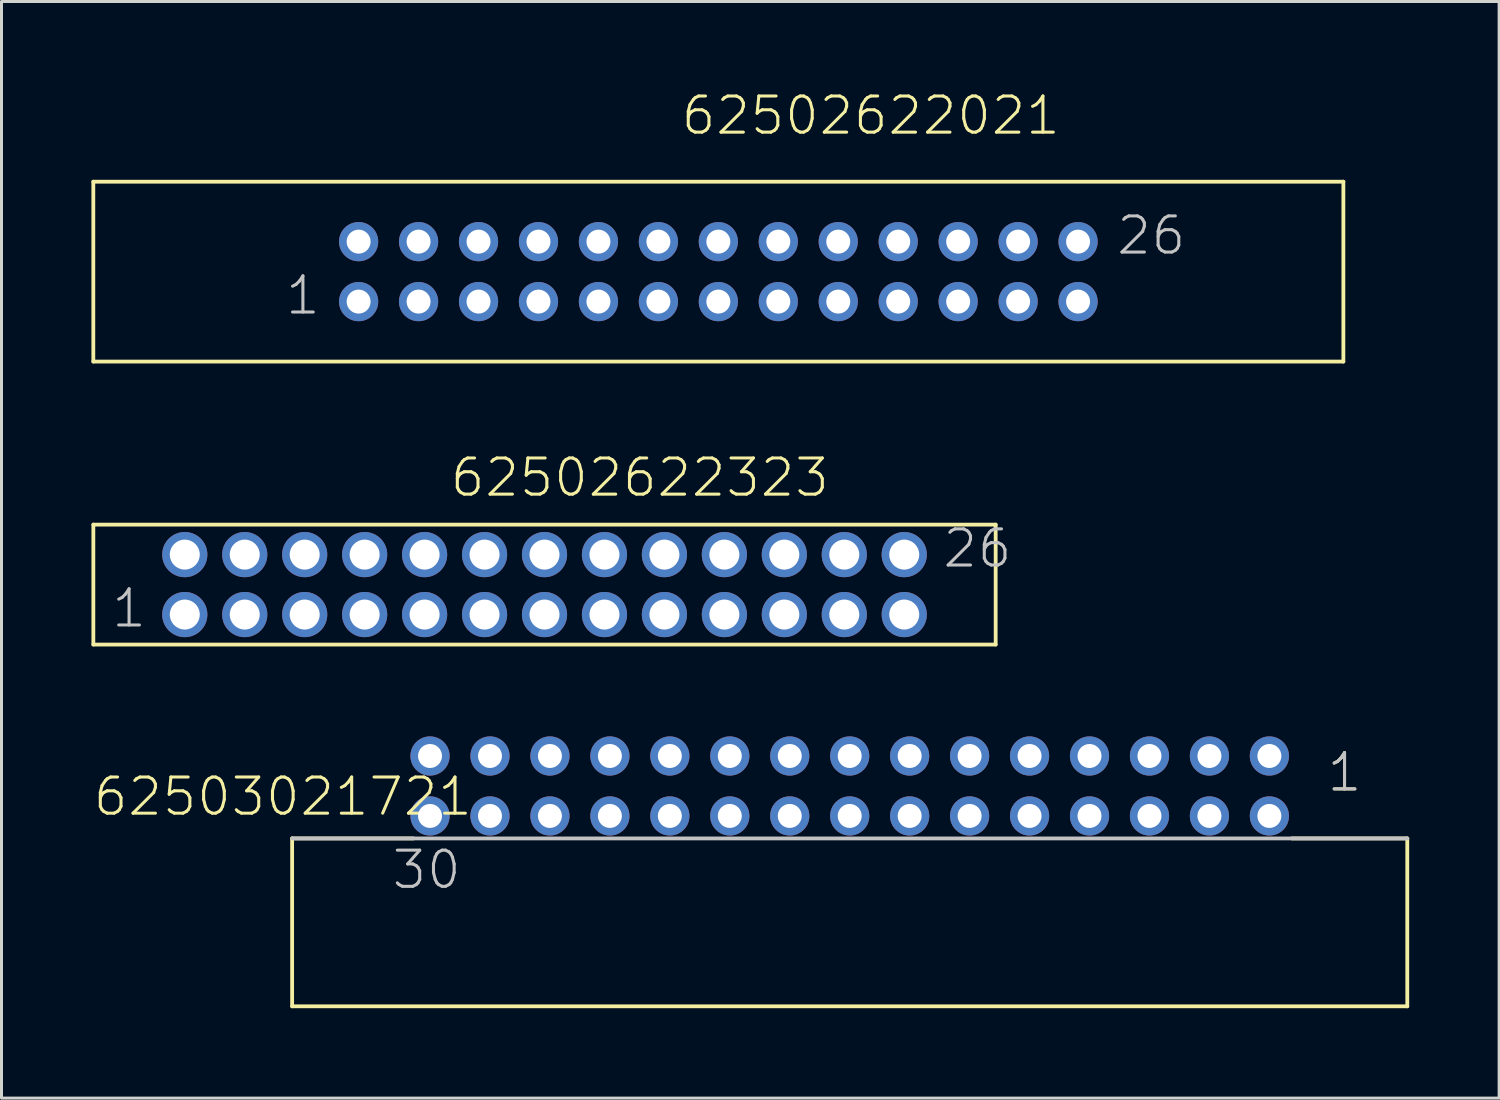
<source format=kicad_pcb>
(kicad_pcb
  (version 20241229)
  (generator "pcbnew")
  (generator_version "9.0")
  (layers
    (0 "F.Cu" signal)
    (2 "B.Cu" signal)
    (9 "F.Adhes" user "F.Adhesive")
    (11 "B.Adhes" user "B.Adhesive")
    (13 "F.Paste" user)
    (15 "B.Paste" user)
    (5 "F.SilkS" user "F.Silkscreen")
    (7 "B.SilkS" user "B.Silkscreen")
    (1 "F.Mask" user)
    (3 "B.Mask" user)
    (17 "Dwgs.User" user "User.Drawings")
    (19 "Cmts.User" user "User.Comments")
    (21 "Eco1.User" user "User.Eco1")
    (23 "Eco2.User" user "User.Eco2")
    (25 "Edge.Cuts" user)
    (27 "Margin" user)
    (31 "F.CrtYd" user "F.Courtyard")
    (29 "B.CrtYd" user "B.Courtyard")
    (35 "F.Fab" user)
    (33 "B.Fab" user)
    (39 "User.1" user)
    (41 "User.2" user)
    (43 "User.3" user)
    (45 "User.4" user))
  (footprint "62502622021"
    (layer "F.Cu")
    (at 20.913 6.011)
    (property "Reference" "62502622021" (at -1.3 -4.5 0) (layer "F.SilkS") (effects (font (size 1.206 1.206) (thickness 0.102)) (justify left bottom)))
    (attr through_hole)
    (fp_line (start -20.85 -3) (end -20.85 3) (stroke (width 0.127) (type solid)) (layer "F.SilkS"))
    (fp_line (start -20.85 3) (end 20.85 3) (stroke (width 0.127) (type solid)) (layer "F.SilkS"))
    (fp_line (start 20.85 -3) (end -20.85 -3) (stroke (width 0.127) (type solid)) (layer "F.SilkS"))
    (fp_line (start 20.85 3) (end 20.85 -3) (stroke (width 0.127) (type solid)) (layer "F.SilkS"))
    (fp_text user "26" (at 13.225 -0.5 0) (layer "Dwgs.User") (effects (font (size 1.206 1.206) (thickness 0.102)) (justify left bottom)))
    (fp_text user "1" (at -14.5 1.5 0) (layer "Dwgs.User") (effects (font (size 1.206 1.206) (thickness 0.102)) (justify left bottom)))
    (pad "1" thru_hole circle (at -12 1) (size 1.308 1.308) (drill 0.8) (layers "*.Cu" "*.Mask"))
    (pad "2" thru_hole circle (at -12 -1) (size 1.308 1.308) (drill 0.8) (layers "*.Cu" "*.Mask"))
    (pad "3" thru_hole circle (at -10 1) (size 1.308 1.308) (drill 0.8) (layers "*.Cu" "*.Mask"))
    (pad "4" thru_hole circle (at -10 -1) (size 1.308 1.308) (drill 0.8) (layers "*.Cu" "*.Mask"))
    (pad "5" thru_hole circle (at -8 1) (size 1.308 1.308) (drill 0.8) (layers "*.Cu" "*.Mask"))
    (pad "6" thru_hole circle (at -8 -1) (size 1.308 1.308) (drill 0.8) (layers "*.Cu" "*.Mask"))
    (pad "7" thru_hole circle (at -6 1) (size 1.308 1.308) (drill 0.8) (layers "*.Cu" "*.Mask"))
    (pad "8" thru_hole circle (at -6 -1) (size 1.308 1.308) (drill 0.8) (layers "*.Cu" "*.Mask"))
    (pad "9" thru_hole circle (at -4 1) (size 1.308 1.308) (drill 0.8) (layers "*.Cu" "*.Mask"))
    (pad "10" thru_hole circle (at -4 -1) (size 1.308 1.308) (drill 0.8) (layers "*.Cu" "*.Mask"))
    (pad "11" thru_hole circle (at -2 1) (size 1.308 1.308) (drill 0.8) (layers "*.Cu" "*.Mask"))
    (pad "12" thru_hole circle (at -2 -1) (size 1.308 1.308) (drill 0.8) (layers "*.Cu" "*.Mask"))
    (pad "13" thru_hole circle (at 0 1) (size 1.308 1.308) (drill 0.8) (layers "*.Cu" "*.Mask"))
    (pad "14" thru_hole circle (at 0 -1) (size 1.308 1.308) (drill 0.8) (layers "*.Cu" "*.Mask"))
    (pad "15" thru_hole circle (at 2 1) (size 1.308 1.308) (drill 0.8) (layers "*.Cu" "*.Mask"))
    (pad "16" thru_hole circle (at 2 -1) (size 1.308 1.308) (drill 0.8) (layers "*.Cu" "*.Mask"))
    (pad "17" thru_hole circle (at 4 1) (size 1.308 1.308) (drill 0.8) (layers "*.Cu" "*.Mask"))
    (pad "18" thru_hole circle (at 4 -1) (size 1.308 1.308) (drill 0.8) (layers "*.Cu" "*.Mask"))
    (pad "19" thru_hole circle (at 6 1) (size 1.308 1.308) (drill 0.8) (layers "*.Cu" "*.Mask"))
    (pad "20" thru_hole circle (at 6 -1) (size 1.308 1.308) (drill 0.8) (layers "*.Cu" "*.Mask"))
    (pad "21" thru_hole circle (at 8 1) (size 1.308 1.308) (drill 0.8) (layers "*.Cu" "*.Mask"))
    (pad "22" thru_hole circle (at 8 -1) (size 1.308 1.308) (drill 0.8) (layers "*.Cu" "*.Mask"))
    (pad "23" thru_hole circle (at 10 1) (size 1.308 1.308) (drill 0.8) (layers "*.Cu" "*.Mask"))
    (pad "24" thru_hole circle (at 10 -1) (size 1.308 1.308) (drill 0.8) (layers "*.Cu" "*.Mask"))
    (pad "25" thru_hole circle (at 12 1) (size 1.308 1.308) (drill 0.8) (layers "*.Cu" "*.Mask"))
    (pad "26" thru_hole circle (at 12 -1) (size 1.308 1.308) (drill 0.8) (layers "*.Cu" "*.Mask")))
  (footprint "62503021721"
    (layer "F.Cu")
    (at 25.295 23.169)
    (property "Reference" "62503021721" (at -25.295 1.06 0) (layer "F.SilkS") (effects (font (size 1.206 1.206) (thickness 0.102)) (justify left bottom)))
    (attr through_hole)
    (fp_line (start -18.6 1.75) (end -18.6 7.35) (stroke (width 0.127) (type solid)) (layer "F.SilkS"))
    (fp_line (start -18.6 7.35) (end 18.6 7.35) (stroke (width 0.127) (type solid)) (layer "F.SilkS"))
    (fp_line (start -14.55 1.75) (end -18.6 1.75) (stroke (width 0.127) (type solid)) (layer "F.SilkS"))
    (fp_line (start 14.75 1.75) (end 18.6 1.75) (stroke (width 0.127) (type solid)) (layer "F.SilkS"))
    (fp_line (start 18.6 7.35) (end 18.6 1.75) (stroke (width 0.127) (type solid)) (layer "F.SilkS"))
    (fp_line (start 18.6 1.75) (end -18.6 1.75) (stroke (width 0.127) (type solid)) (layer "Dwgs.User"))
    (fp_text user "1" (at 15.865 0.25 0) (layer "F.SilkS") (effects (font (size 1.206 1.206) (thickness 0.102)) (justify left bottom)))
    (fp_text user "1" (at 15.865 0.25 0) (layer "Dwgs.User") (effects (font (size 1.206 1.206) (thickness 0.102)) (justify left bottom)))
    (fp_text user "30" (at -15.33 3.5 0) (layer "Dwgs.User") (effects (font (size 1.206 1.206) (thickness 0.102)) (justify left bottom)))
    (pad "1" thru_hole circle (at 14 -1 180) (size 1.308 1.308) (drill 0.8) (layers "*.Cu" "*.Mask"))
    (pad "2" thru_hole circle (at 14 1 180) (size 1.308 1.308) (drill 0.8) (layers "*.Cu" "*.Mask"))
    (pad "3" thru_hole circle (at 12 -1 180) (size 1.308 1.308) (drill 0.8) (layers "*.Cu" "*.Mask"))
    (pad "4" thru_hole circle (at 12 1 180) (size 1.308 1.308) (drill 0.8) (layers "*.Cu" "*.Mask"))
    (pad "5" thru_hole circle (at 10 -1 180) (size 1.308 1.308) (drill 0.8) (layers "*.Cu" "*.Mask"))
    (pad "6" thru_hole circle (at 10 1 180) (size 1.308 1.308) (drill 0.8) (layers "*.Cu" "*.Mask"))
    (pad "7" thru_hole circle (at 8 -1 180) (size 1.308 1.308) (drill 0.8) (layers "*.Cu" "*.Mask"))
    (pad "8" thru_hole circle (at 8 1 180) (size 1.308 1.308) (drill 0.8) (layers "*.Cu" "*.Mask"))
    (pad "9" thru_hole circle (at 6 -1 180) (size 1.308 1.308) (drill 0.8) (layers "*.Cu" "*.Mask"))
    (pad "10" thru_hole circle (at 6 1 180) (size 1.308 1.308) (drill 0.8) (layers "*.Cu" "*.Mask"))
    (pad "11" thru_hole circle (at 4 -1 180) (size 1.308 1.308) (drill 0.8) (layers "*.Cu" "*.Mask"))
    (pad "12" thru_hole circle (at 4 1 180) (size 1.308 1.308) (drill 0.8) (layers "*.Cu" "*.Mask"))
    (pad "13" thru_hole circle (at 2 -1 180) (size 1.308 1.308) (drill 0.8) (layers "*.Cu" "*.Mask"))
    (pad "14" thru_hole circle (at 2 1 180) (size 1.308 1.308) (drill 0.8) (layers "*.Cu" "*.Mask"))
    (pad "15" thru_hole circle (at 0 -1 180) (size 1.308 1.308) (drill 0.8) (layers "*.Cu" "*.Mask"))
    (pad "16" thru_hole circle (at 0 1 180) (size 1.308 1.308) (drill 0.8) (layers "*.Cu" "*.Mask"))
    (pad "17" thru_hole circle (at -2 -1 180) (size 1.308 1.308) (drill 0.8) (layers "*.Cu" "*.Mask"))
    (pad "18" thru_hole circle (at -2 1 180) (size 1.308 1.308) (drill 0.8) (layers "*.Cu" "*.Mask"))
    (pad "19" thru_hole circle (at -4 -1 180) (size 1.308 1.308) (drill 0.8) (layers "*.Cu" "*.Mask"))
    (pad "20" thru_hole circle (at -4 1 180) (size 1.308 1.308) (drill 0.8) (layers "*.Cu" "*.Mask"))
    (pad "21" thru_hole circle (at -6 -1 180) (size 1.308 1.308) (drill 0.8) (layers "*.Cu" "*.Mask"))
    (pad "22" thru_hole circle (at -6 1 180) (size 1.308 1.308) (drill 0.8) (layers "*.Cu" "*.Mask"))
    (pad "23" thru_hole circle (at -8 -1 180) (size 1.308 1.308) (drill 0.8) (layers "*.Cu" "*.Mask"))
    (pad "24" thru_hole circle (at -8 1 180) (size 1.308 1.308) (drill 0.8) (layers "*.Cu" "*.Mask"))
    (pad "25" thru_hole circle (at -10 -1 180) (size 1.308 1.308) (drill 0.8) (layers "*.Cu" "*.Mask"))
    (pad "26" thru_hole circle (at -10 1 180) (size 1.308 1.308) (drill 0.8) (layers "*.Cu" "*.Mask"))
    (pad "27" thru_hole circle (at -12 -1 180) (size 1.308 1.308) (drill 0.8) (layers "*.Cu" "*.Mask"))
    (pad "28" thru_hole circle (at -12 1 180) (size 1.308 1.308) (drill 0.8) (layers "*.Cu" "*.Mask"))
    (pad "29" thru_hole circle (at -14 -1 180) (size 1.308 1.308) (drill 0.8) (layers "*.Cu" "*.Mask"))
    (pad "30" thru_hole circle (at -14 1 180) (size 1.308 1.308) (drill 0.8) (layers "*.Cu" "*.Mask")))
  (footprint "62502622323"
    (layer "F.Cu")
    (at 15.114 16.451)
    (property "Reference" "62502622323" (at -3.205 -2.865 0) (layer "F.SilkS") (effects (font (size 1.206 1.206) (thickness 0.102)) (justify left bottom)))
    (attr through_hole)
    (fp_line (start -15.05 -2) (end -15.05 2) (stroke (width 0.127) (type solid)) (layer "F.SilkS"))
    (fp_line (start -15.05 2) (end 15.05 2) (stroke (width 0.127) (type solid)) (layer "F.SilkS"))
    (fp_line (start 15.05 -2) (end -15.05 -2) (stroke (width 0.127) (type solid)) (layer "F.SilkS"))
    (fp_line (start 15.05 2) (end 15.05 -2) (stroke (width 0.127) (type solid)) (layer "F.SilkS"))
    (fp_text user "26" (at 13.225 -0.5 0) (layer "Dwgs.User") (effects (font (size 1.206 1.206) (thickness 0.102)) (justify left bottom)))
    (fp_text user "1" (at -14.5 1.5 0) (layer "Dwgs.User") (effects (font (size 1.206 1.206) (thickness 0.102)) (justify left bottom)))
    (pad "1" thru_hole circle (at -12 1) (size 1.508 1.508) (drill 1) (layers "*.Cu" "*.Mask"))
    (pad "2" thru_hole circle (at -12 -1) (size 1.508 1.508) (drill 1) (layers "*.Cu" "*.Mask"))
    (pad "3" thru_hole circle (at -10 1) (size 1.508 1.508) (drill 1) (layers "*.Cu" "*.Mask"))
    (pad "4" thru_hole circle (at -10 -1) (size 1.508 1.508) (drill 1) (layers "*.Cu" "*.Mask"))
    (pad "5" thru_hole circle (at -8 1) (size 1.508 1.508) (drill 1) (layers "*.Cu" "*.Mask"))
    (pad "6" thru_hole circle (at -8 -1) (size 1.508 1.508) (drill 1) (layers "*.Cu" "*.Mask"))
    (pad "7" thru_hole circle (at -6 1) (size 1.508 1.508) (drill 1) (layers "*.Cu" "*.Mask"))
    (pad "8" thru_hole circle (at -6 -1) (size 1.508 1.508) (drill 1) (layers "*.Cu" "*.Mask"))
    (pad "9" thru_hole circle (at -4 1) (size 1.508 1.508) (drill 1) (layers "*.Cu" "*.Mask"))
    (pad "10" thru_hole circle (at -4 -1) (size 1.508 1.508) (drill 1) (layers "*.Cu" "*.Mask"))
    (pad "11" thru_hole circle (at -2 1) (size 1.508 1.508) (drill 1) (layers "*.Cu" "*.Mask"))
    (pad "12" thru_hole circle (at -2 -1) (size 1.508 1.508) (drill 1) (layers "*.Cu" "*.Mask"))
    (pad "13" thru_hole circle (at 0 1) (size 1.508 1.508) (drill 1) (layers "*.Cu" "*.Mask"))
    (pad "14" thru_hole circle (at 0 -1) (size 1.508 1.508) (drill 1) (layers "*.Cu" "*.Mask"))
    (pad "15" thru_hole circle (at 2 1) (size 1.508 1.508) (drill 1) (layers "*.Cu" "*.Mask"))
    (pad "16" thru_hole circle (at 2 -1) (size 1.508 1.508) (drill 1) (layers "*.Cu" "*.Mask"))
    (pad "17" thru_hole circle (at 4 1) (size 1.508 1.508) (drill 1) (layers "*.Cu" "*.Mask"))
    (pad "18" thru_hole circle (at 4 -1) (size 1.508 1.508) (drill 1) (layers "*.Cu" "*.Mask"))
    (pad "19" thru_hole circle (at 6 1) (size 1.508 1.508) (drill 1) (layers "*.Cu" "*.Mask"))
    (pad "20" thru_hole circle (at 6 -1) (size 1.508 1.508) (drill 1) (layers "*.Cu" "*.Mask"))
    (pad "21" thru_hole circle (at 8 1) (size 1.508 1.508) (drill 1) (layers "*.Cu" "*.Mask"))
    (pad "22" thru_hole circle (at 8 -1) (size 1.508 1.508) (drill 1) (layers "*.Cu" "*.Mask"))
    (pad "23" thru_hole circle (at 10 1) (size 1.508 1.508) (drill 1) (layers "*.Cu" "*.Mask"))
    (pad "24" thru_hole circle (at 10 -1) (size 1.508 1.508) (drill 1) (layers "*.Cu" "*.Mask"))
    (pad "25" thru_hole circle (at 12 1) (size 1.508 1.508) (drill 1) (layers "*.Cu" "*.Mask"))
    (pad "26" thru_hole circle (at 12 -1) (size 1.508 1.508) (drill 1) (layers "*.Cu" "*.Mask")))
  (gr_rect
    (start -3 -3)
    (end 46.959 33.582)
    (stroke (width 0.1) (type default))
    (fill no)
    (layer "Edge.Cuts")))
</source>
